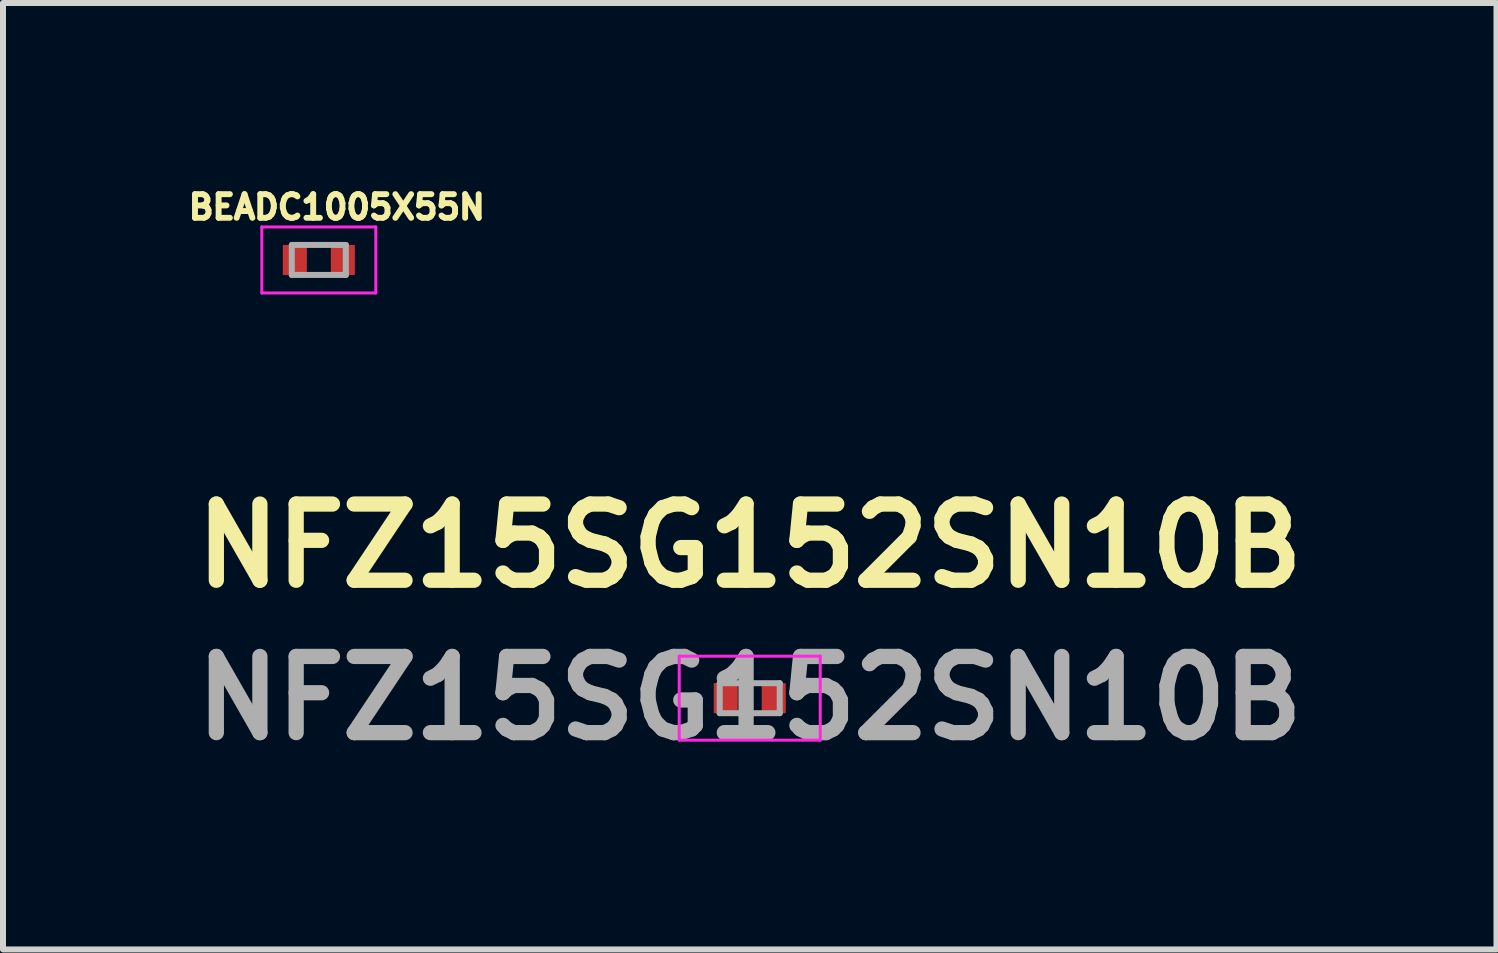
<source format=kicad_pcb>
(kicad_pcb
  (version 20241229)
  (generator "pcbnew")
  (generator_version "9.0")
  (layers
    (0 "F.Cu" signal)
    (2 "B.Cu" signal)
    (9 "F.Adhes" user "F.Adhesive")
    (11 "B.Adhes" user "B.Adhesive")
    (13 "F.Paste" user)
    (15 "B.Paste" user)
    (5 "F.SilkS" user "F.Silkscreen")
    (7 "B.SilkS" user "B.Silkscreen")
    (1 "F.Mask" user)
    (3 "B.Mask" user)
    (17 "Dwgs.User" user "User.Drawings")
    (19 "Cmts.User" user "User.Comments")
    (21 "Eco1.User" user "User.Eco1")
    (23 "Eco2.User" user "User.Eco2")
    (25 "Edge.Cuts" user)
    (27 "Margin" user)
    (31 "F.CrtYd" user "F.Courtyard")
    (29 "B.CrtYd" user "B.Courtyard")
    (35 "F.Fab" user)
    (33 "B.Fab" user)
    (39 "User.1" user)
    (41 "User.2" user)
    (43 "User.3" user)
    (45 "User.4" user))
  (footprint "NFZ15SG152SN10B"
    (layer "F.Cu")
    (at 9.446 8.587)
    (property "Reference" "NFZ15SG152SN10B" (at 0 -2.54 0) (layer "F.SilkS") (effects (font (size 1.27 1.27) (thickness 0.254))))
    (attr smd)
    (fp_line (start 0 -0.15) (end 0 0.15) (stroke (width 0.05) (type solid)) (layer "F.SilkS"))
    (fp_line (start -1.175 -0.7) (end 1.175 -0.7) (stroke (width 0.05) (type solid)) (layer "F.CrtYd"))
    (fp_line (start -1.175 0.7) (end -1.175 -0.7) (stroke (width 0.05) (type solid)) (layer "F.CrtYd"))
    (fp_line (start 1.175 -0.7) (end 1.175 0.7) (stroke (width 0.05) (type solid)) (layer "F.CrtYd"))
    (fp_line (start 1.175 0.7) (end -1.175 0.7) (stroke (width 0.05) (type solid)) (layer "F.CrtYd"))
    (fp_line (start -0.5 -0.25) (end 0.5 -0.25) (stroke (width 0.1) (type solid)) (layer "F.Fab"))
    (fp_line (start -0.5 0.25) (end -0.5 -0.25) (stroke (width 0.1) (type solid)) (layer "F.Fab"))
    (fp_line (start 0.5 -0.25) (end 0.5 0.25) (stroke (width 0.1) (type solid)) (layer "F.Fab"))
    (fp_line (start 0.5 0.25) (end -0.5 0.25) (stroke (width 0.1) (type solid)) (layer "F.Fab"))
    (fp_text user "${REFERENCE}" (at 0 0 0) (layer "F.Fab") (effects (font (size 1.27 1.27) (thickness 0.254))))
    (pad "1" smd rect (at -0.4 0) (size 0.4 0.5) (layers "F.Cu" "F.Mask" "F.Paste"))
    (pad "2" smd rect (at 0.4 0) (size 0.4 0.5) (layers "F.Cu" "F.Mask" "F.Paste")))
  (footprint "BEADC1005X55N"
    (layer "F.Cu")
    (at 2.264 1.283)
    (property "Reference" "BEADC1005X55N" (at 0.3 -0.88 0) (layer "F.SilkS") (effects (font (size 0.394 0.394) (thickness 0.15))))
    (attr smd)
    (fp_line (start -0.95 -0.55) (end 0.95 -0.55) (stroke (width 0.05) (type solid)) (layer "F.CrtYd"))
    (fp_line (start -0.95 0.55) (end -0.95 -0.55) (stroke (width 0.05) (type solid)) (layer "F.CrtYd"))
    (fp_line (start -0.95 0.55) (end 0.95 0.55) (stroke (width 0.05) (type solid)) (layer "F.CrtYd"))
    (fp_line (start 0.95 0.55) (end 0.95 -0.55) (stroke (width 0.05) (type solid)) (layer "F.CrtYd"))
    (fp_line (start -0.45 0.25) (end -0.45 -0.25) (stroke (width 0.1) (type solid)) (layer "F.Fab"))
    (fp_line (start 0.45 -0.25) (end -0.45 -0.25) (stroke (width 0.1) (type solid)) (layer "F.Fab"))
    (fp_line (start 0.45 0.25) (end -0.45 0.25) (stroke (width 0.1) (type solid)) (layer "F.Fab"))
    (fp_line (start 0.45 0.25) (end 0.45 -0.25) (stroke (width 0.1) (type solid)) (layer "F.Fab"))
    (pad "1" smd rect (at -0.4 0) (size 0.4 0.5) (layers "F.Cu" "F.Mask" "F.Paste"))
    (pad "2" smd rect (at 0.4 0) (size 0.4 0.5) (layers "F.Cu" "F.Mask" "F.Paste")))
  (gr_rect
    (start -3 -3)
    (end 21.893 12.775)
    (stroke (width 0.1) (type default))
    (fill no)
    (layer "Edge.Cuts")))
</source>
